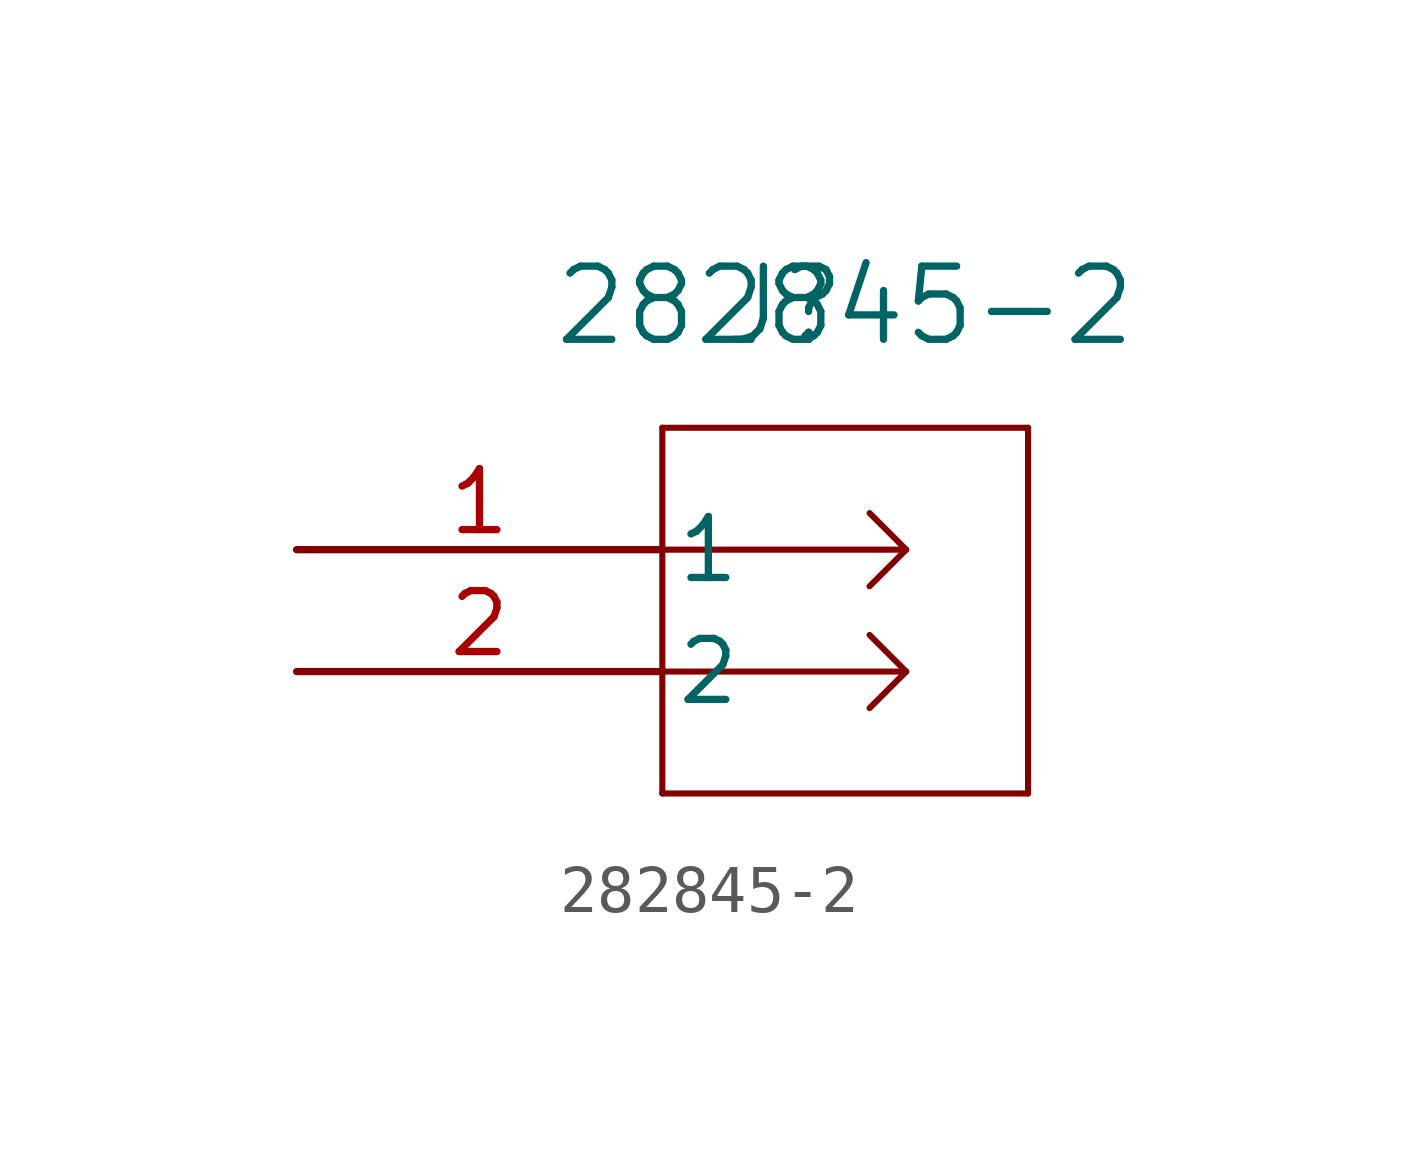
<source format=kicad_sym>
(kicad_symbol_lib
  (version 20211014)
  (generator kicad_symbol_editor)
  (symbol "282845-2"
    (pin_names
      (offset 0.254))
    (property "Reference" "J"
      (at 10.16 5.08 0)
      (effects (font (size 1.524 1.524))))
    (property "Value" "282845-2"
      (at 11.43 5.08 0)
      (effects (font (size 1.524 1.524))))
    (symbol "282845-2_0_1"
      (polyline (pts (xy 7.62 2.54) (xy 7.62 -5.08)) (stroke (width 0.127) (type default) (color 0 0 0 0)) (fill (type none)))
      (polyline (pts (xy 7.62 -5.08) (xy 15.24 -5.08)) (stroke (width 0.127) (type default) (color 0 0 0 0)) (fill (type none)))
      (polyline (pts (xy 15.24 -5.08) (xy 15.24 2.54)) (stroke (width 0.127) (type default) (color 0 0 0 0)) (fill (type none)))
      (polyline (pts (xy 15.24 2.54) (xy 7.62 2.54)) (stroke (width 0.127) (type default) (color 0 0 0 0)) (fill (type none)))
      (polyline (pts (xy 7.62 0) (xy 12.7 0)) (stroke (width 0.127) (type default) (color 0 0 0 0)) (fill (type none)))
      (polyline (pts (xy 7.62 -2.54) (xy 12.7 -2.54)) (stroke (width 0.127) (type default) (color 0 0 0 0)) (fill (type none)))
      (polyline (pts (xy 12.7 0) (xy 11.938 0.762)) (stroke (width 0.127) (type default) (color 0 0 0 0)) (fill (type none)))
      (polyline (pts (xy 12.7 0) (xy 11.938 -0.762)) (stroke (width 0.127) (type default) (color 0 0 0 0)) (fill (type none)))
      (polyline (pts (xy 12.7 -2.54) (xy 11.938 -1.778)) (stroke (width 0.127) (type default) (color 0 0 0 0)) (fill (type none)))
      (polyline (pts (xy 12.7 -2.54) (xy 11.938 -3.302)) (stroke (width 0.127) (type default) (color 0 0 0 0)) (fill (type none)))
      (pin unspecified line (at 0 0 0) (length 7.62) (name "1" (effects (font (size 1.27 1.27)))) (number "1" (effects (font (size 1.27 1.27)))))
      (pin unspecified line (at 0 -2.54 0) (length 7.62) (name "2" (effects (font (size 1.27 1.27)))) (number "2" (effects (font (size 1.27 1.27))))))))
</source>
